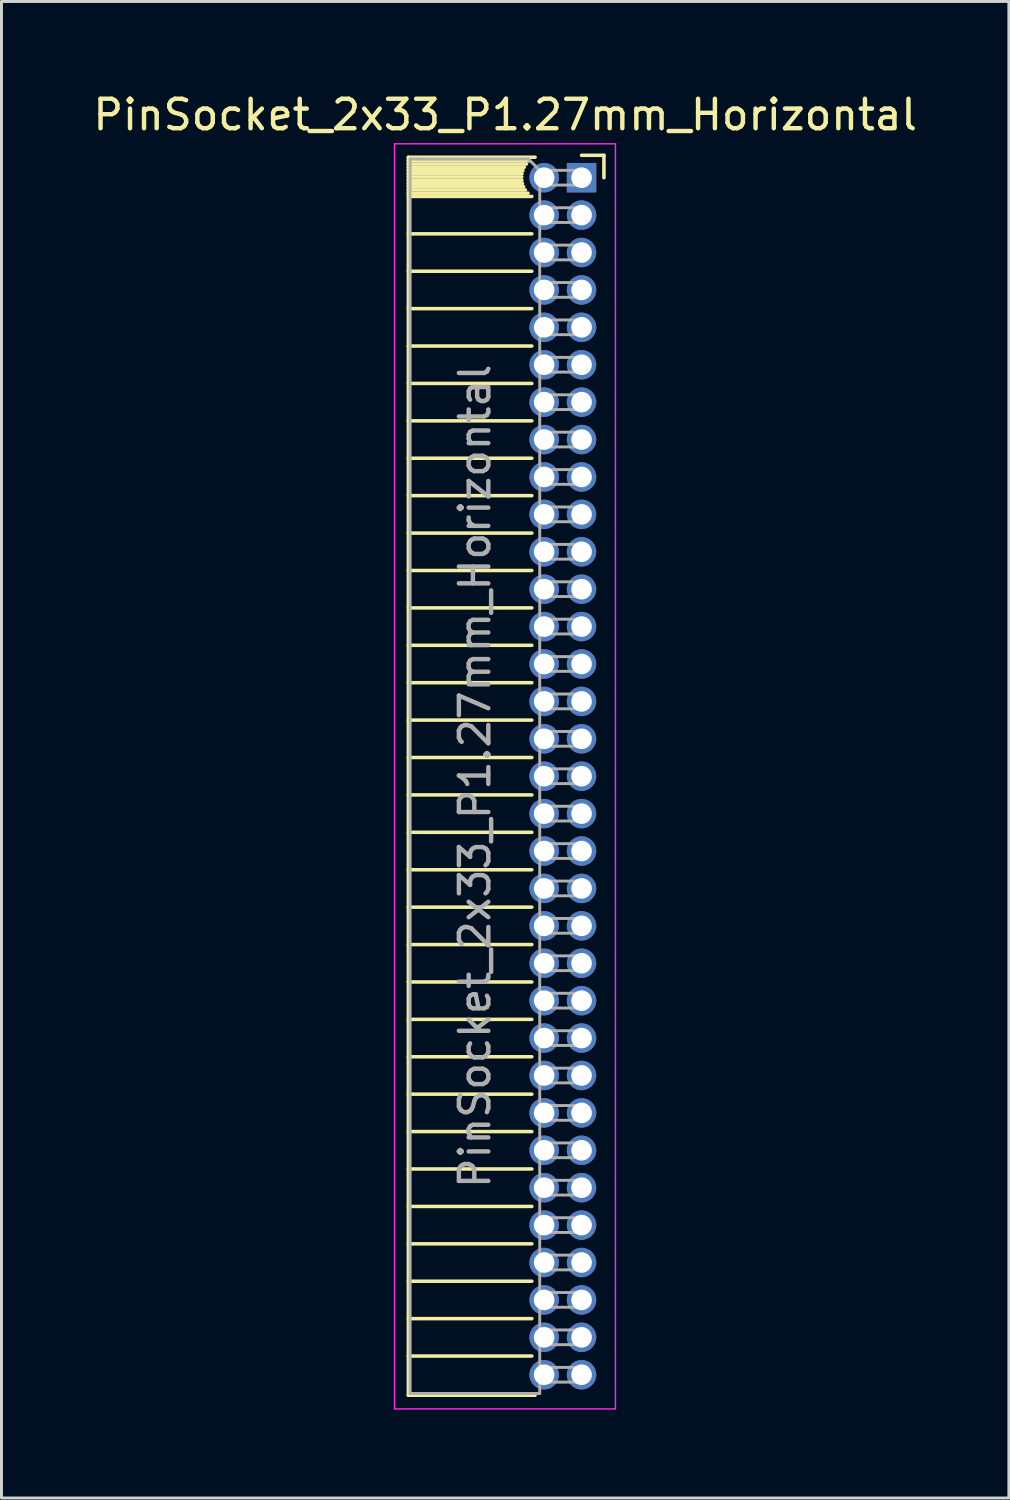
<source format=kicad_pcb>
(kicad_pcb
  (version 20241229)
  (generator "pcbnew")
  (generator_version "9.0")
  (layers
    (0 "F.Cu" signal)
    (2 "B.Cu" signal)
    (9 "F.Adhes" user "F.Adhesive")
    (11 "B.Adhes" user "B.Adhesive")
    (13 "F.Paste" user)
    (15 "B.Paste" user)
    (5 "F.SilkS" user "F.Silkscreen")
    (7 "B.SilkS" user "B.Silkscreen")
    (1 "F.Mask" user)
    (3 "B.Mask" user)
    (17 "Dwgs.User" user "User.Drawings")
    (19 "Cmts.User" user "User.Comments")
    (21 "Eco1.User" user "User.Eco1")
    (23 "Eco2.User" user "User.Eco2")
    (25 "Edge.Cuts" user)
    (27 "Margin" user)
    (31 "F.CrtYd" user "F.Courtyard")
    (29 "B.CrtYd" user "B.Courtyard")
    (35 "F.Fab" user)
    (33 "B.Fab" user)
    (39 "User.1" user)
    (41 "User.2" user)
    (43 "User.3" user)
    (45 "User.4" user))
  (footprint "PinSocket_2x33_P1.27mm_Horizontal"
    (layer "F.Cu")
    (at 16.694 2.983)
    (property "Reference" "PinSocket_2x33_P1.27mm_Horizontal" (at -2.592 -2.135 0) (layer "F.SilkS") (effects (font (size 1 1) (thickness 0.15))))
    (attr through_hole)
    (fp_line (start -5.88 -0.695) (end -5.88 41.335) (stroke (width 0.12) (type solid)) (layer "F.SilkS"))
    (fp_line (start -5.88 -0.695) (end -1.578 -0.695) (stroke (width 0.12) (type solid)) (layer "F.SilkS"))
    (fp_line (start -5.88 -0.575) (end -1.767 -0.575) (stroke (width 0.12) (type solid)) (layer "F.SilkS"))
    (fp_line (start -5.88 -0.465) (end -1.871 -0.465) (stroke (width 0.12) (type solid)) (layer "F.SilkS"))
    (fp_line (start -5.88 -0.355) (end -1.942 -0.355) (stroke (width 0.12) (type solid)) (layer "F.SilkS"))
    (fp_line (start -5.88 -0.245) (end -1.989 -0.245) (stroke (width 0.12) (type solid)) (layer "F.SilkS"))
    (fp_line (start -5.88 -0.135) (end -2.018 -0.135) (stroke (width 0.12) (type solid)) (layer "F.SilkS"))
    (fp_line (start -5.88 -0.025) (end -2.03 -0.025) (stroke (width 0.12) (type solid)) (layer "F.SilkS"))
    (fp_line (start -5.88 0.085) (end -2.025 0.085) (stroke (width 0.12) (type solid)) (layer "F.SilkS"))
    (fp_line (start -5.88 0.195) (end -2.005 0.195) (stroke (width 0.12) (type solid)) (layer "F.SilkS"))
    (fp_line (start -5.88 0.305) (end -1.966 0.305) (stroke (width 0.12) (type solid)) (layer "F.SilkS"))
    (fp_line (start -5.88 0.415) (end -1.907 0.415) (stroke (width 0.12) (type solid)) (layer "F.SilkS"))
    (fp_line (start -5.88 0.525) (end -1.82 0.525) (stroke (width 0.12) (type solid)) (layer "F.SilkS"))
    (fp_line (start -5.88 0.635) (end -1.688 0.635) (stroke (width 0.12) (type solid)) (layer "F.SilkS"))
    (fp_line (start -5.88 1.905) (end -1.688 1.905) (stroke (width 0.12) (type solid)) (layer "F.SilkS"))
    (fp_line (start -5.88 3.175) (end -1.688 3.175) (stroke (width 0.12) (type solid)) (layer "F.SilkS"))
    (fp_line (start -5.88 4.445) (end -1.688 4.445) (stroke (width 0.12) (type solid)) (layer "F.SilkS"))
    (fp_line (start -5.88 5.715) (end -1.688 5.715) (stroke (width 0.12) (type solid)) (layer "F.SilkS"))
    (fp_line (start -5.88 6.985) (end -1.688 6.985) (stroke (width 0.12) (type solid)) (layer "F.SilkS"))
    (fp_line (start -5.88 8.255) (end -1.688 8.255) (stroke (width 0.12) (type solid)) (layer "F.SilkS"))
    (fp_line (start -5.88 9.525) (end -1.688 9.525) (stroke (width 0.12) (type solid)) (layer "F.SilkS"))
    (fp_line (start -5.88 10.795) (end -1.688 10.795) (stroke (width 0.12) (type solid)) (layer "F.SilkS"))
    (fp_line (start -5.88 12.065) (end -1.688 12.065) (stroke (width 0.12) (type solid)) (layer "F.SilkS"))
    (fp_line (start -5.88 13.335) (end -1.688 13.335) (stroke (width 0.12) (type solid)) (layer "F.SilkS"))
    (fp_line (start -5.88 14.605) (end -1.688 14.605) (stroke (width 0.12) (type solid)) (layer "F.SilkS"))
    (fp_line (start -5.88 15.875) (end -1.688 15.875) (stroke (width 0.12) (type solid)) (layer "F.SilkS"))
    (fp_line (start -5.88 17.145) (end -1.688 17.145) (stroke (width 0.12) (type solid)) (layer "F.SilkS"))
    (fp_line (start -5.88 18.415) (end -1.688 18.415) (stroke (width 0.12) (type solid)) (layer "F.SilkS"))
    (fp_line (start -5.88 19.685) (end -1.688 19.685) (stroke (width 0.12) (type solid)) (layer "F.SilkS"))
    (fp_line (start -5.88 20.955) (end -1.688 20.955) (stroke (width 0.12) (type solid)) (layer "F.SilkS"))
    (fp_line (start -5.88 22.225) (end -1.688 22.225) (stroke (width 0.12) (type solid)) (layer "F.SilkS"))
    (fp_line (start -5.88 23.495) (end -1.688 23.495) (stroke (width 0.12) (type solid)) (layer "F.SilkS"))
    (fp_line (start -5.88 24.765) (end -1.688 24.765) (stroke (width 0.12) (type solid)) (layer "F.SilkS"))
    (fp_line (start -5.88 26.035) (end -1.688 26.035) (stroke (width 0.12) (type solid)) (layer "F.SilkS"))
    (fp_line (start -5.88 27.305) (end -1.688 27.305) (stroke (width 0.12) (type solid)) (layer "F.SilkS"))
    (fp_line (start -5.88 28.575) (end -1.688 28.575) (stroke (width 0.12) (type solid)) (layer "F.SilkS"))
    (fp_line (start -5.88 29.845) (end -1.688 29.845) (stroke (width 0.12) (type solid)) (layer "F.SilkS"))
    (fp_line (start -5.88 31.115) (end -1.688 31.115) (stroke (width 0.12) (type solid)) (layer "F.SilkS"))
    (fp_line (start -5.88 32.385) (end -1.688 32.385) (stroke (width 0.12) (type solid)) (layer "F.SilkS"))
    (fp_line (start -5.88 33.655) (end -1.688 33.655) (stroke (width 0.12) (type solid)) (layer "F.SilkS"))
    (fp_line (start -5.88 34.925) (end -1.688 34.925) (stroke (width 0.12) (type solid)) (layer "F.SilkS"))
    (fp_line (start -5.88 36.195) (end -1.688 36.195) (stroke (width 0.12) (type solid)) (layer "F.SilkS"))
    (fp_line (start -5.88 37.465) (end -1.688 37.465) (stroke (width 0.12) (type solid)) (layer "F.SilkS"))
    (fp_line (start -5.88 38.735) (end -1.688 38.735) (stroke (width 0.12) (type solid)) (layer "F.SilkS"))
    (fp_line (start -5.88 40.005) (end -1.688 40.005) (stroke (width 0.12) (type solid)) (layer "F.SilkS"))
    (fp_line (start -5.88 41.335) (end -1.578 41.335) (stroke (width 0.12) (type solid)) (layer "F.SilkS"))
    (fp_line (start 0 -0.76) (end 0.76 -0.76) (stroke (width 0.12) (type solid)) (layer "F.SilkS"))
    (fp_line (start 0.76 -0.76) (end 0.76 0) (stroke (width 0.12) (type solid)) (layer "F.SilkS"))
    (fp_line (start -6.35 -1.15) (end -6.35 41.8) (stroke (width 0.05) (type solid)) (layer "F.CrtYd"))
    (fp_line (start -6.35 41.8) (end 1.15 41.8) (stroke (width 0.05) (type solid)) (layer "F.CrtYd"))
    (fp_line (start 1.15 -1.15) (end -6.35 -1.15) (stroke (width 0.05) (type solid)) (layer "F.CrtYd"))
    (fp_line (start 1.15 41.8) (end 1.15 -1.15) (stroke (width 0.05) (type solid)) (layer "F.CrtYd"))
    (fp_line (start -5.82 -0.635) (end -1.805 -0.635) (stroke (width 0.1) (type solid)) (layer "F.Fab"))
    (fp_line (start -5.82 41.275) (end -5.82 -0.635) (stroke (width 0.1) (type solid)) (layer "F.Fab"))
    (fp_line (start -1.805 -0.635) (end -1.42 -0.25) (stroke (width 0.1) (type solid)) (layer "F.Fab"))
    (fp_line (start -1.42 -0.25) (end -1.42 41.275) (stroke (width 0.1) (type solid)) (layer "F.Fab"))
    (fp_line (start -1.42 0.25) (end 0 0.25) (stroke (width 0.1) (type solid)) (layer "F.Fab"))
    (fp_line (start -1.42 1.52) (end 0 1.52) (stroke (width 0.1) (type solid)) (layer "F.Fab"))
    (fp_line (start -1.42 2.79) (end 0 2.79) (stroke (width 0.1) (type solid)) (layer "F.Fab"))
    (fp_line (start -1.42 4.06) (end 0 4.06) (stroke (width 0.1) (type solid)) (layer "F.Fab"))
    (fp_line (start -1.42 5.33) (end 0 5.33) (stroke (width 0.1) (type solid)) (layer "F.Fab"))
    (fp_line (start -1.42 6.6) (end 0 6.6) (stroke (width 0.1) (type solid)) (layer "F.Fab"))
    (fp_line (start -1.42 7.87) (end 0 7.87) (stroke (width 0.1) (type solid)) (layer "F.Fab"))
    (fp_line (start -1.42 9.14) (end 0 9.14) (stroke (width 0.1) (type solid)) (layer "F.Fab"))
    (fp_line (start -1.42 10.41) (end 0 10.41) (stroke (width 0.1) (type solid)) (layer "F.Fab"))
    (fp_line (start -1.42 11.68) (end 0 11.68) (stroke (width 0.1) (type solid)) (layer "F.Fab"))
    (fp_line (start -1.42 12.95) (end 0 12.95) (stroke (width 0.1) (type solid)) (layer "F.Fab"))
    (fp_line (start -1.42 14.22) (end 0 14.22) (stroke (width 0.1) (type solid)) (layer "F.Fab"))
    (fp_line (start -1.42 15.49) (end 0 15.49) (stroke (width 0.1) (type solid)) (layer "F.Fab"))
    (fp_line (start -1.42 16.76) (end 0 16.76) (stroke (width 0.1) (type solid)) (layer "F.Fab"))
    (fp_line (start -1.42 18.03) (end 0 18.03) (stroke (width 0.1) (type solid)) (layer "F.Fab"))
    (fp_line (start -1.42 19.3) (end 0 19.3) (stroke (width 0.1) (type solid)) (layer "F.Fab"))
    (fp_line (start -1.42 20.57) (end 0 20.57) (stroke (width 0.1) (type solid)) (layer "F.Fab"))
    (fp_line (start -1.42 21.84) (end 0 21.84) (stroke (width 0.1) (type solid)) (layer "F.Fab"))
    (fp_line (start -1.42 23.11) (end 0 23.11) (stroke (width 0.1) (type solid)) (layer "F.Fab"))
    (fp_line (start -1.42 24.38) (end 0 24.38) (stroke (width 0.1) (type solid)) (layer "F.Fab"))
    (fp_line (start -1.42 25.65) (end 0 25.65) (stroke (width 0.1) (type solid)) (layer "F.Fab"))
    (fp_line (start -1.42 26.92) (end 0 26.92) (stroke (width 0.1) (type solid)) (layer "F.Fab"))
    (fp_line (start -1.42 28.19) (end 0 28.19) (stroke (width 0.1) (type solid)) (layer "F.Fab"))
    (fp_line (start -1.42 29.46) (end 0 29.46) (stroke (width 0.1) (type solid)) (layer "F.Fab"))
    (fp_line (start -1.42 30.73) (end 0 30.73) (stroke (width 0.1) (type solid)) (layer "F.Fab"))
    (fp_line (start -1.42 32) (end 0 32) (stroke (width 0.1) (type solid)) (layer "F.Fab"))
    (fp_line (start -1.42 33.27) (end 0 33.27) (stroke (width 0.1) (type solid)) (layer "F.Fab"))
    (fp_line (start -1.42 34.54) (end 0 34.54) (stroke (width 0.1) (type solid)) (layer "F.Fab"))
    (fp_line (start -1.42 35.81) (end 0 35.81) (stroke (width 0.1) (type solid)) (layer "F.Fab"))
    (fp_line (start -1.42 37.08) (end 0 37.08) (stroke (width 0.1) (type solid)) (layer "F.Fab"))
    (fp_line (start -1.42 38.35) (end 0 38.35) (stroke (width 0.1) (type solid)) (layer "F.Fab"))
    (fp_line (start -1.42 39.62) (end 0 39.62) (stroke (width 0.1) (type solid)) (layer "F.Fab"))
    (fp_line (start -1.42 40.89) (end 0 40.89) (stroke (width 0.1) (type solid)) (layer "F.Fab"))
    (fp_line (start -1.42 41.275) (end -5.82 41.275) (stroke (width 0.1) (type solid)) (layer "F.Fab"))
    (fp_line (start 0 -0.25) (end -1.42 -0.25) (stroke (width 0.1) (type solid)) (layer "F.Fab"))
    (fp_line (start 0 0.25) (end 0 -0.25) (stroke (width 0.1) (type solid)) (layer "F.Fab"))
    (fp_line (start 0 1.02) (end -1.42 1.02) (stroke (width 0.1) (type solid)) (layer "F.Fab"))
    (fp_line (start 0 1.52) (end 0 1.02) (stroke (width 0.1) (type solid)) (layer "F.Fab"))
    (fp_line (start 0 2.29) (end -1.42 2.29) (stroke (width 0.1) (type solid)) (layer "F.Fab"))
    (fp_line (start 0 2.79) (end 0 2.29) (stroke (width 0.1) (type solid)) (layer "F.Fab"))
    (fp_line (start 0 3.56) (end -1.42 3.56) (stroke (width 0.1) (type solid)) (layer "F.Fab"))
    (fp_line (start 0 4.06) (end 0 3.56) (stroke (width 0.1) (type solid)) (layer "F.Fab"))
    (fp_line (start 0 4.83) (end -1.42 4.83) (stroke (width 0.1) (type solid)) (layer "F.Fab"))
    (fp_line (start 0 5.33) (end 0 4.83) (stroke (width 0.1) (type solid)) (layer "F.Fab"))
    (fp_line (start 0 6.1) (end -1.42 6.1) (stroke (width 0.1) (type solid)) (layer "F.Fab"))
    (fp_line (start 0 6.6) (end 0 6.1) (stroke (width 0.1) (type solid)) (layer "F.Fab"))
    (fp_line (start 0 7.37) (end -1.42 7.37) (stroke (width 0.1) (type solid)) (layer "F.Fab"))
    (fp_line (start 0 7.87) (end 0 7.37) (stroke (width 0.1) (type solid)) (layer "F.Fab"))
    (fp_line (start 0 8.64) (end -1.42 8.64) (stroke (width 0.1) (type solid)) (layer "F.Fab"))
    (fp_line (start 0 9.14) (end 0 8.64) (stroke (width 0.1) (type solid)) (layer "F.Fab"))
    (fp_line (start 0 9.91) (end -1.42 9.91) (stroke (width 0.1) (type solid)) (layer "F.Fab"))
    (fp_line (start 0 10.41) (end 0 9.91) (stroke (width 0.1) (type solid)) (layer "F.Fab"))
    (fp_line (start 0 11.18) (end -1.42 11.18) (stroke (width 0.1) (type solid)) (layer "F.Fab"))
    (fp_line (start 0 11.68) (end 0 11.18) (stroke (width 0.1) (type solid)) (layer "F.Fab"))
    (fp_line (start 0 12.45) (end -1.42 12.45) (stroke (width 0.1) (type solid)) (layer "F.Fab"))
    (fp_line (start 0 12.95) (end 0 12.45) (stroke (width 0.1) (type solid)) (layer "F.Fab"))
    (fp_line (start 0 13.72) (end -1.42 13.72) (stroke (width 0.1) (type solid)) (layer "F.Fab"))
    (fp_line (start 0 14.22) (end 0 13.72) (stroke (width 0.1) (type solid)) (layer "F.Fab"))
    (fp_line (start 0 14.99) (end -1.42 14.99) (stroke (width 0.1) (type solid)) (layer "F.Fab"))
    (fp_line (start 0 15.49) (end 0 14.99) (stroke (width 0.1) (type solid)) (layer "F.Fab"))
    (fp_line (start 0 16.26) (end -1.42 16.26) (stroke (width 0.1) (type solid)) (layer "F.Fab"))
    (fp_line (start 0 16.76) (end 0 16.26) (stroke (width 0.1) (type solid)) (layer "F.Fab"))
    (fp_line (start 0 17.53) (end -1.42 17.53) (stroke (width 0.1) (type solid)) (layer "F.Fab"))
    (fp_line (start 0 18.03) (end 0 17.53) (stroke (width 0.1) (type solid)) (layer "F.Fab"))
    (fp_line (start 0 18.8) (end -1.42 18.8) (stroke (width 0.1) (type solid)) (layer "F.Fab"))
    (fp_line (start 0 19.3) (end 0 18.8) (stroke (width 0.1) (type solid)) (layer "F.Fab"))
    (fp_line (start 0 20.07) (end -1.42 20.07) (stroke (width 0.1) (type solid)) (layer "F.Fab"))
    (fp_line (start 0 20.57) (end 0 20.07) (stroke (width 0.1) (type solid)) (layer "F.Fab"))
    (fp_line (start 0 21.34) (end -1.42 21.34) (stroke (width 0.1) (type solid)) (layer "F.Fab"))
    (fp_line (start 0 21.84) (end 0 21.34) (stroke (width 0.1) (type solid)) (layer "F.Fab"))
    (fp_line (start 0 22.61) (end -1.42 22.61) (stroke (width 0.1) (type solid)) (layer "F.Fab"))
    (fp_line (start 0 23.11) (end 0 22.61) (stroke (width 0.1) (type solid)) (layer "F.Fab"))
    (fp_line (start 0 23.88) (end -1.42 23.88) (stroke (width 0.1) (type solid)) (layer "F.Fab"))
    (fp_line (start 0 24.38) (end 0 23.88) (stroke (width 0.1) (type solid)) (layer "F.Fab"))
    (fp_line (start 0 25.15) (end -1.42 25.15) (stroke (width 0.1) (type solid)) (layer "F.Fab"))
    (fp_line (start 0 25.65) (end 0 25.15) (stroke (width 0.1) (type solid)) (layer "F.Fab"))
    (fp_line (start 0 26.42) (end -1.42 26.42) (stroke (width 0.1) (type solid)) (layer "F.Fab"))
    (fp_line (start 0 26.92) (end 0 26.42) (stroke (width 0.1) (type solid)) (layer "F.Fab"))
    (fp_line (start 0 27.69) (end -1.42 27.69) (stroke (width 0.1) (type solid)) (layer "F.Fab"))
    (fp_line (start 0 28.19) (end 0 27.69) (stroke (width 0.1) (type solid)) (layer "F.Fab"))
    (fp_line (start 0 28.96) (end -1.42 28.96) (stroke (width 0.1) (type solid)) (layer "F.Fab"))
    (fp_line (start 0 29.46) (end 0 28.96) (stroke (width 0.1) (type solid)) (layer "F.Fab"))
    (fp_line (start 0 30.23) (end -1.42 30.23) (stroke (width 0.1) (type solid)) (layer "F.Fab"))
    (fp_line (start 0 30.73) (end 0 30.23) (stroke (width 0.1) (type solid)) (layer "F.Fab"))
    (fp_line (start 0 31.5) (end -1.42 31.5) (stroke (width 0.1) (type solid)) (layer "F.Fab"))
    (fp_line (start 0 32) (end 0 31.5) (stroke (width 0.1) (type solid)) (layer "F.Fab"))
    (fp_line (start 0 32.77) (end -1.42 32.77) (stroke (width 0.1) (type solid)) (layer "F.Fab"))
    (fp_line (start 0 33.27) (end 0 32.77) (stroke (width 0.1) (type solid)) (layer "F.Fab"))
    (fp_line (start 0 34.04) (end -1.42 34.04) (stroke (width 0.1) (type solid)) (layer "F.Fab"))
    (fp_line (start 0 34.54) (end 0 34.04) (stroke (width 0.1) (type solid)) (layer "F.Fab"))
    (fp_line (start 0 35.31) (end -1.42 35.31) (stroke (width 0.1) (type solid)) (layer "F.Fab"))
    (fp_line (start 0 35.81) (end 0 35.31) (stroke (width 0.1) (type solid)) (layer "F.Fab"))
    (fp_line (start 0 36.58) (end -1.42 36.58) (stroke (width 0.1) (type solid)) (layer "F.Fab"))
    (fp_line (start 0 37.08) (end 0 36.58) (stroke (width 0.1) (type solid)) (layer "F.Fab"))
    (fp_line (start 0 37.85) (end -1.42 37.85) (stroke (width 0.1) (type solid)) (layer "F.Fab"))
    (fp_line (start 0 38.35) (end 0 37.85) (stroke (width 0.1) (type solid)) (layer "F.Fab"))
    (fp_line (start 0 39.12) (end -1.42 39.12) (stroke (width 0.1) (type solid)) (layer "F.Fab"))
    (fp_line (start 0 39.62) (end 0 39.12) (stroke (width 0.1) (type solid)) (layer "F.Fab"))
    (fp_line (start 0 40.39) (end -1.42 40.39) (stroke (width 0.1) (type solid)) (layer "F.Fab"))
    (fp_line (start 0 40.89) (end 0 40.39) (stroke (width 0.1) (type solid)) (layer "F.Fab"))
    (fp_text user "${REFERENCE}" (at -3.62 20.32 90) (layer "F.Fab") (effects (font (size 1 1) (thickness 0.15))))
    (pad "1" thru_hole rect (at 0 0) (size 1 1) (drill 0.7) (layers "*.Cu" "*.Mask"))
    (pad "2" thru_hole oval (at -1.27 0) (size 1 1) (drill 0.7) (layers "*.Cu" "*.Mask"))
    (pad "3" thru_hole oval (at 0 1.27) (size 1 1) (drill 0.7) (layers "*.Cu" "*.Mask"))
    (pad "4" thru_hole oval (at -1.27 1.27) (size 1 1) (drill 0.7) (layers "*.Cu" "*.Mask"))
    (pad "5" thru_hole oval (at 0 2.54) (size 1 1) (drill 0.7) (layers "*.Cu" "*.Mask"))
    (pad "6" thru_hole oval (at -1.27 2.54) (size 1 1) (drill 0.7) (layers "*.Cu" "*.Mask"))
    (pad "7" thru_hole oval (at 0 3.81) (size 1 1) (drill 0.7) (layers "*.Cu" "*.Mask"))
    (pad "8" thru_hole oval (at -1.27 3.81) (size 1 1) (drill 0.7) (layers "*.Cu" "*.Mask"))
    (pad "9" thru_hole oval (at 0 5.08) (size 1 1) (drill 0.7) (layers "*.Cu" "*.Mask"))
    (pad "10" thru_hole oval (at -1.27 5.08) (size 1 1) (drill 0.7) (layers "*.Cu" "*.Mask"))
    (pad "11" thru_hole oval (at 0 6.35) (size 1 1) (drill 0.7) (layers "*.Cu" "*.Mask"))
    (pad "12" thru_hole oval (at -1.27 6.35) (size 1 1) (drill 0.7) (layers "*.Cu" "*.Mask"))
    (pad "13" thru_hole oval (at 0 7.62) (size 1 1) (drill 0.7) (layers "*.Cu" "*.Mask"))
    (pad "14" thru_hole oval (at -1.27 7.62) (size 1 1) (drill 0.7) (layers "*.Cu" "*.Mask"))
    (pad "15" thru_hole oval (at 0 8.89) (size 1 1) (drill 0.7) (layers "*.Cu" "*.Mask"))
    (pad "16" thru_hole oval (at -1.27 8.89) (size 1 1) (drill 0.7) (layers "*.Cu" "*.Mask"))
    (pad "17" thru_hole oval (at 0 10.16) (size 1 1) (drill 0.7) (layers "*.Cu" "*.Mask"))
    (pad "18" thru_hole oval (at -1.27 10.16) (size 1 1) (drill 0.7) (layers "*.Cu" "*.Mask"))
    (pad "19" thru_hole oval (at 0 11.43) (size 1 1) (drill 0.7) (layers "*.Cu" "*.Mask"))
    (pad "20" thru_hole oval (at -1.27 11.43) (size 1 1) (drill 0.7) (layers "*.Cu" "*.Mask"))
    (pad "21" thru_hole oval (at 0 12.7) (size 1 1) (drill 0.7) (layers "*.Cu" "*.Mask"))
    (pad "22" thru_hole oval (at -1.27 12.7) (size 1 1) (drill 0.7) (layers "*.Cu" "*.Mask"))
    (pad "23" thru_hole oval (at 0 13.97) (size 1 1) (drill 0.7) (layers "*.Cu" "*.Mask"))
    (pad "24" thru_hole oval (at -1.27 13.97) (size 1 1) (drill 0.7) (layers "*.Cu" "*.Mask"))
    (pad "25" thru_hole oval (at 0 15.24) (size 1 1) (drill 0.7) (layers "*.Cu" "*.Mask"))
    (pad "26" thru_hole oval (at -1.27 15.24) (size 1 1) (drill 0.7) (layers "*.Cu" "*.Mask"))
    (pad "27" thru_hole oval (at 0 16.51) (size 1 1) (drill 0.7) (layers "*.Cu" "*.Mask"))
    (pad "28" thru_hole oval (at -1.27 16.51) (size 1 1) (drill 0.7) (layers "*.Cu" "*.Mask"))
    (pad "29" thru_hole oval (at 0 17.78) (size 1 1) (drill 0.7) (layers "*.Cu" "*.Mask"))
    (pad "30" thru_hole oval (at -1.27 17.78) (size 1 1) (drill 0.7) (layers "*.Cu" "*.Mask"))
    (pad "31" thru_hole oval (at 0 19.05) (size 1 1) (drill 0.7) (layers "*.Cu" "*.Mask"))
    (pad "32" thru_hole oval (at -1.27 19.05) (size 1 1) (drill 0.7) (layers "*.Cu" "*.Mask"))
    (pad "33" thru_hole oval (at 0 20.32) (size 1 1) (drill 0.7) (layers "*.Cu" "*.Mask"))
    (pad "34" thru_hole oval (at -1.27 20.32) (size 1 1) (drill 0.7) (layers "*.Cu" "*.Mask"))
    (pad "35" thru_hole oval (at 0 21.59) (size 1 1) (drill 0.7) (layers "*.Cu" "*.Mask"))
    (pad "36" thru_hole oval (at -1.27 21.59) (size 1 1) (drill 0.7) (layers "*.Cu" "*.Mask"))
    (pad "37" thru_hole oval (at 0 22.86) (size 1 1) (drill 0.7) (layers "*.Cu" "*.Mask"))
    (pad "38" thru_hole oval (at -1.27 22.86) (size 1 1) (drill 0.7) (layers "*.Cu" "*.Mask"))
    (pad "39" thru_hole oval (at 0 24.13) (size 1 1) (drill 0.7) (layers "*.Cu" "*.Mask"))
    (pad "40" thru_hole oval (at -1.27 24.13) (size 1 1) (drill 0.7) (layers "*.Cu" "*.Mask"))
    (pad "41" thru_hole oval (at 0 25.4) (size 1 1) (drill 0.7) (layers "*.Cu" "*.Mask"))
    (pad "42" thru_hole oval (at -1.27 25.4) (size 1 1) (drill 0.7) (layers "*.Cu" "*.Mask"))
    (pad "43" thru_hole oval (at 0 26.67) (size 1 1) (drill 0.7) (layers "*.Cu" "*.Mask"))
    (pad "44" thru_hole oval (at -1.27 26.67) (size 1 1) (drill 0.7) (layers "*.Cu" "*.Mask"))
    (pad "45" thru_hole oval (at 0 27.94) (size 1 1) (drill 0.7) (layers "*.Cu" "*.Mask"))
    (pad "46" thru_hole oval (at -1.27 27.94) (size 1 1) (drill 0.7) (layers "*.Cu" "*.Mask"))
    (pad "47" thru_hole oval (at 0 29.21) (size 1 1) (drill 0.7) (layers "*.Cu" "*.Mask"))
    (pad "48" thru_hole oval (at -1.27 29.21) (size 1 1) (drill 0.7) (layers "*.Cu" "*.Mask"))
    (pad "49" thru_hole oval (at 0 30.48) (size 1 1) (drill 0.7) (layers "*.Cu" "*.Mask"))
    (pad "50" thru_hole oval (at -1.27 30.48) (size 1 1) (drill 0.7) (layers "*.Cu" "*.Mask"))
    (pad "51" thru_hole oval (at 0 31.75) (size 1 1) (drill 0.7) (layers "*.Cu" "*.Mask"))
    (pad "52" thru_hole oval (at -1.27 31.75) (size 1 1) (drill 0.7) (layers "*.Cu" "*.Mask"))
    (pad "53" thru_hole oval (at 0 33.02) (size 1 1) (drill 0.7) (layers "*.Cu" "*.Mask"))
    (pad "54" thru_hole oval (at -1.27 33.02) (size 1 1) (drill 0.7) (layers "*.Cu" "*.Mask"))
    (pad "55" thru_hole oval (at 0 34.29) (size 1 1) (drill 0.7) (layers "*.Cu" "*.Mask"))
    (pad "56" thru_hole oval (at -1.27 34.29) (size 1 1) (drill 0.7) (layers "*.Cu" "*.Mask"))
    (pad "57" thru_hole oval (at 0 35.56) (size 1 1) (drill 0.7) (layers "*.Cu" "*.Mask"))
    (pad "58" thru_hole oval (at -1.27 35.56) (size 1 1) (drill 0.7) (layers "*.Cu" "*.Mask"))
    (pad "59" thru_hole oval (at 0 36.83) (size 1 1) (drill 0.7) (layers "*.Cu" "*.Mask"))
    (pad "60" thru_hole oval (at -1.27 36.83) (size 1 1) (drill 0.7) (layers "*.Cu" "*.Mask"))
    (pad "61" thru_hole oval (at 0 38.1) (size 1 1) (drill 0.7) (layers "*.Cu" "*.Mask"))
    (pad "62" thru_hole oval (at -1.27 38.1) (size 1 1) (drill 0.7) (layers "*.Cu" "*.Mask"))
    (pad "63" thru_hole oval (at 0 39.37) (size 1 1) (drill 0.7) (layers "*.Cu" "*.Mask"))
    (pad "64" thru_hole oval (at -1.27 39.37) (size 1 1) (drill 0.7) (layers "*.Cu" "*.Mask"))
    (pad "65" thru_hole oval (at 0 40.64) (size 1 1) (drill 0.7) (layers "*.Cu" "*.Mask"))
    (pad "66" thru_hole oval (at -1.27 40.64) (size 1 1) (drill 0.7) (layers "*.Cu" "*.Mask")))
  (gr_rect
    (start -3 -3)
    (end 31.202 47.808)
    (stroke (width 0.1) (type default))
    (fill no)
    (layer "Edge.Cuts")))
</source>
